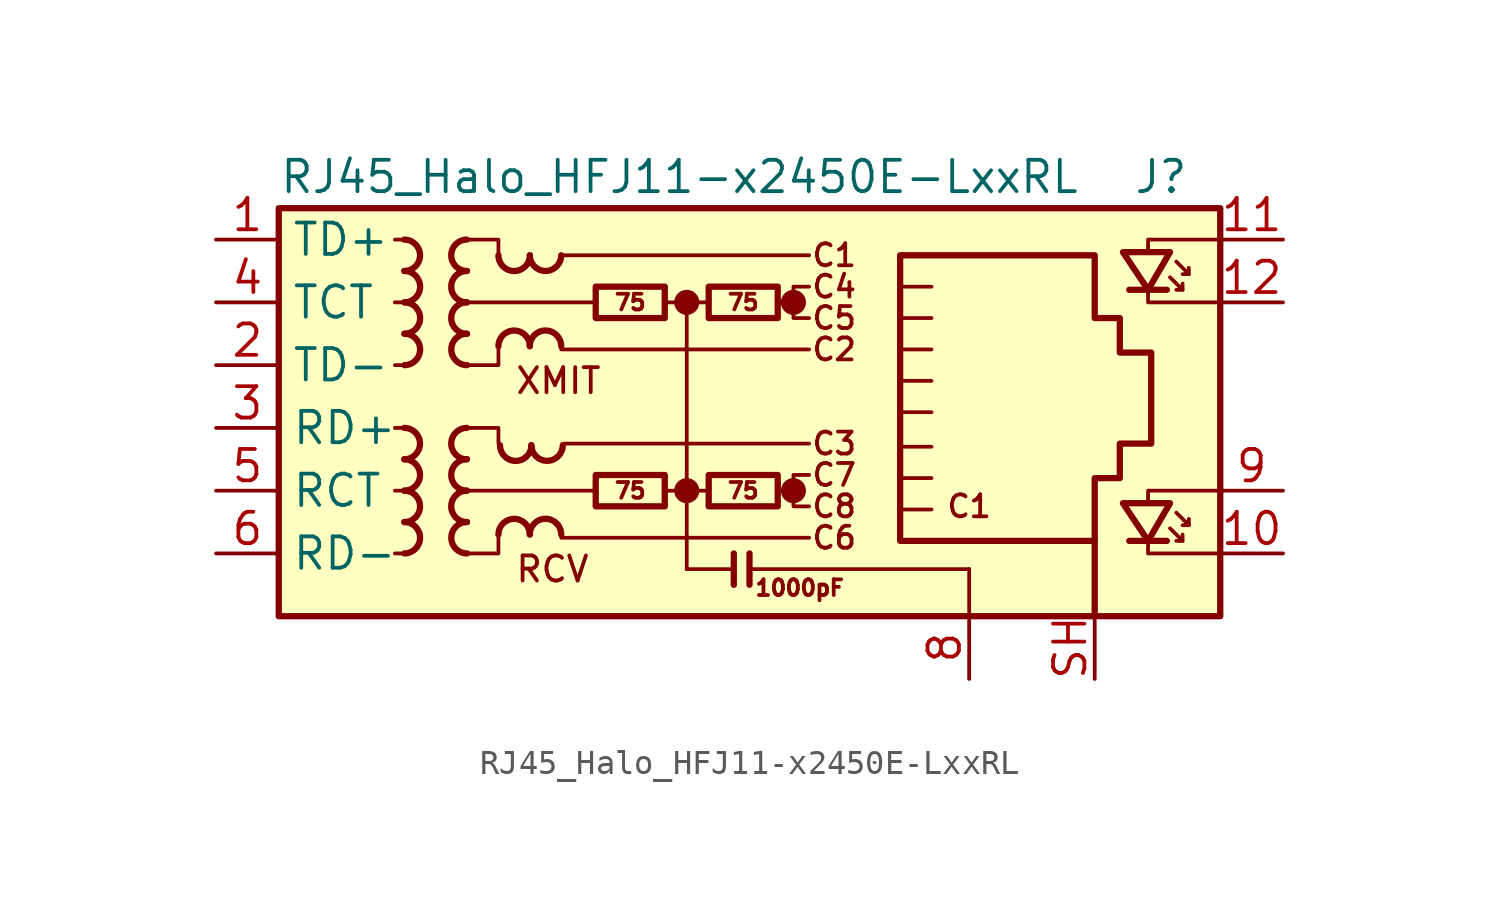
<source format=kicad_sym>
(kicad_symbol_lib
  (version 20241209)
  (generator "kicad_symbol_editor")
  (generator_version "9.0")
  (symbol "RJ45_Halo_HFJ11-x2450E-LxxRL"
    (property "Reference" "J"
      (at 19.05 10.16 0)
      (effects (font (size 1.27 1.27)) (justify right)))
    (property "Value" "RJ45_Halo_HFJ11-x2450E-LxxRL"
      (at -17.78 10.16 0)
      (effects (font (size 1.27 1.27)) (justify left)))
    (symbol "RJ45_Halo_HFJ11-x2450E-LxxRL_0_0"
      (circle (center -1.27 5.08) (radius 0.0001) (stroke (width 0.508) (type default)) (fill (type none)))
      (polyline (pts (xy -1.27 5.08) (xy -1.27 -5.715)) (stroke (width 0) (type default)) (fill (type none)))
      (circle (center -1.27 -2.54) (radius 0.0001) (stroke (width 0.508) (type default)) (fill (type none)))
      (polyline (pts (xy 0.635 -5.08) (xy 0.635 -6.35)) (stroke (width 0.254) (type default)) (fill (type none)))
      (polyline (pts (xy 1.27 -5.08) (xy 1.27 -6.35)) (stroke (width 0.254) (type default)) (fill (type none)))
      (polyline (pts (xy 3.048 5.08) (xy 2.54 5.08)) (stroke (width 0) (type default)) (fill (type none)))
      (circle (center 3.048 5.08) (radius 0.0001) (stroke (width 0.508) (type default)) (fill (type none)))
      (polyline (pts (xy 3.048 -2.54) (xy 2.54 -2.54)) (stroke (width 0) (type default)) (fill (type none)))
      (circle (center 3.048 -2.54) (radius 0.0001) (stroke (width 0.508) (type default)) (fill (type none)))
      (polyline (pts (xy 3.683 5.715) (xy 3.048 5.715) (xy 3.048 4.445) (xy 3.683 4.445)) (stroke (width 0) (type default)) (fill (type none)))
      (polyline (pts (xy 3.683 -1.905) (xy 3.048 -1.905) (xy 3.048 -3.175) (xy 3.683 -3.175)) (stroke (width 0) (type default)) (fill (type none)))
      (polyline (pts (xy 17.399 7.112) (xy 17.399 7.62) (xy 20.32 7.62)) (stroke (width 0) (type default)) (fill (type none)))
      (polyline (pts (xy 17.399 -3.048) (xy 17.399 -2.54) (xy 20.32 -2.54)) (stroke (width 0) (type default)) (fill (type none)))
      (polyline (pts (xy 20.32 5.08) (xy 17.399 5.08) (xy 17.399 5.588)) (stroke (width 0) (type default)) (fill (type none)))
      (polyline (pts (xy 20.32 -5.08) (xy 17.399 -5.08) (xy 17.399 -4.572)) (stroke (width 0) (type default)) (fill (type none)))
      (text "XMIT" (at -8.255 1.905 0) (effects (font (size 1.016 1.016)) (justify left)))
      (text "RCV" (at -8.255 -5.715 0) (effects (font (size 1.016 1.016)) (justify left)))
      (text "C1" (at 4.699 6.985 0) (effects (font (size 0.889 0.889))))
      (text "C4" (at 4.699 5.715 0) (effects (font (size 0.889 0.889))))
      (text "C5" (at 4.699 4.445 0) (effects (font (size 0.889 0.889))))
      (text "C2" (at 4.699 3.175 0) (effects (font (size 0.889 0.889))))
      (text "C3" (at 4.699 -0.635 0) (effects (font (size 0.889 0.889))))
      (text "C7" (at 4.699 -1.905 0) (effects (font (size 0.889 0.889))))
      (text "C8" (at 4.699 -3.175 0) (effects (font (size 0.889 0.889))))
      (text "C6" (at 4.699 -4.445 0) (effects (font (size 0.889 0.889))))
      (text "C1" (at 10.16 -3.175 0) (effects (font (size 0.889 0.889)))))
    (symbol "RJ45_Halo_HFJ11-x2450E-LxxRL_0_1"
      (rectangle (start -17.78 8.89) (end 20.32 -7.62) (stroke (width 0.254) (type default)) (fill (type background)))
      (polyline (pts (xy -12.7 7.62) (xy -13.081 7.62)) (stroke (width 0) (type default)) (fill (type none)))
      (polyline (pts (xy -12.7 5.08) (xy -13.081 5.08)) (stroke (width 0) (type default)) (fill (type none)))
      (polyline (pts (xy -12.7 2.54) (xy -13.081 2.54)) (stroke (width 0) (type default)) (fill (type none)))
      (polyline (pts (xy -12.7 0) (xy -13.081 0)) (stroke (width 0) (type default)) (fill (type none)))
      (polyline (pts (xy -12.7 -2.54) (xy -13.081 -2.54)) (stroke (width 0) (type default)) (fill (type none)))
      (polyline (pts (xy -12.7 -5.08) (xy -13.081 -5.08)) (stroke (width 0) (type default)) (fill (type none)))
      (polyline (pts (xy -10.16 7.62) (xy -8.89 7.62) (xy -8.89 6.985)) (stroke (width 0) (type default)) (fill (type none)))
      (polyline (pts (xy -10.16 0) (xy -8.89 0) (xy -8.89 -0.635)) (stroke (width 0) (type default)) (fill (type none)))
      (polyline (pts (xy -8.89 3.175) (xy -8.89 2.54) (xy -10.16 2.54)) (stroke (width 0) (type default)) (fill (type none)))
      (polyline (pts (xy -8.89 -4.445) (xy -8.89 -5.08) (xy -10.16 -5.08)) (stroke (width 0) (type default)) (fill (type none)))
      (polyline (pts (xy -6.35 6.985) (xy 3.683 6.985)) (stroke (width 0) (type default)) (fill (type none)))
      (polyline (pts (xy -6.35 3.175) (xy 3.683 3.175)) (stroke (width 0) (type default)) (fill (type none)))
      (polyline (pts (xy -6.35 -4.445) (xy 3.683 -4.445)) (stroke (width 0) (type default)) (fill (type none)))
      (polyline (pts (xy -6.223 -0.635) (xy 3.683 -0.635)) (stroke (width 0) (type default)) (fill (type none)))
      (polyline (pts (xy -5.08 -2.54) (xy -10.16 -2.54)) (stroke (width 0) (type default)) (fill (type none)))
      (polyline (pts (xy -4.953 5.08) (xy -10.16 5.08)) (stroke (width 0) (type default)) (fill (type none)))
      (polyline (pts (xy -2.159 5.08) (xy -0.381 5.08)) (stroke (width 0) (type default)) (fill (type none)))
      (polyline (pts (xy -2.159 -2.54) (xy -0.381 -2.54)) (stroke (width 0) (type default)) (fill (type none)))
      (polyline (pts (xy 0.635 -5.715) (xy -1.27 -5.715)) (stroke (width 0) (type default)) (fill (type none)))
      (polyline (pts (xy 7.366 3.175) (xy 8.636 3.175)) (stroke (width 0) (type default)) (fill (type none)))
      (polyline (pts (xy 7.366 1.905) (xy 8.636 1.905)) (stroke (width 0) (type default)) (fill (type none)))
      (polyline (pts (xy 7.366 0.635) (xy 8.636 0.635)) (stroke (width 0) (type default)) (fill (type none)))
      (polyline (pts (xy 7.366 -0.762) (xy 8.636 -0.762)) (stroke (width 0) (type default)) (fill (type none)))
      (polyline (pts (xy 7.366 -2.032) (xy 8.636 -2.032)) (stroke (width 0) (type default)) (fill (type none)))
      (polyline (pts (xy 8.636 5.715) (xy 7.366 5.715)) (stroke (width 0) (type default)) (fill (type none)))
      (polyline (pts (xy 8.636 4.445) (xy 7.366 4.445)) (stroke (width 0) (type default)) (fill (type none)))
      (polyline (pts (xy 8.636 -3.302) (xy 7.366 -3.302)) (stroke (width 0) (type default)) (fill (type none)))
      (polyline (pts (xy 10.16 -5.715) (xy 1.27 -5.715)) (stroke (width 0) (type default)) (fill (type none)))
      (polyline (pts (xy 10.16 -5.715) (xy 10.16 -7.62)) (stroke (width 0) (type default)) (fill (type none))))
    (symbol "RJ45_Halo_HFJ11-x2450E-LxxRL_1_0"
      (text "1000pF" (at 3.302 -6.477 0) (effects (font (size 0.635 0.635)))))
    (symbol "RJ45_Halo_HFJ11-x2450E-LxxRL_1_1"
      (arc (start -12.7 0) (mid -12.0677 -0.635) (end -12.7 -1.27) (stroke (width 0.254) (type default)) (fill (type none)))
      (arc (start -12.6973 7.62) (mid -12.065 6.985) (end -12.6973 6.35) (stroke (width 0.254) (type default)) (fill (type none)))
      (arc (start -12.6973 -1.27) (mid -12.065 -1.905) (end -12.6973 -2.54) (stroke (width 0.254) (type default)) (fill (type none)))
      (arc (start -12.6973 -2.54) (mid -12.065 -3.175) (end -12.6973 -3.81) (stroke (width 0.254) (type default)) (fill (type none)))
      (arc (start -12.6973 -3.81) (mid -12.065 -4.445) (end -12.6973 -5.08) (stroke (width 0.254) (type default)) (fill (type none)))
      (arc (start -12.6946 6.35) (mid -12.0623 5.715) (end -12.6946 5.08) (stroke (width 0.254) (type default)) (fill (type none)))
      (arc (start -12.6946 5.08) (mid -12.0623 4.445) (end -12.6946 3.81) (stroke (width 0.254) (type default)) (fill (type none)))
      (arc (start -12.6946 3.81) (mid -12.0623 3.175) (end -12.6946 2.54) (stroke (width 0.254) (type default)) (fill (type none)))
      (arc (start -10.1654 6.35) (mid -10.7977 6.985) (end -10.1654 7.62) (stroke (width 0.254) (type default)) (fill (type none)))
      (arc (start -10.1654 5.08) (mid -10.7977 5.715) (end -10.1654 6.35) (stroke (width 0.254) (type default)) (fill (type none)))
      (arc (start -10.1654 3.81) (mid -10.7977 4.445) (end -10.1654 5.08) (stroke (width 0.254) (type default)) (fill (type none)))
      (arc (start -10.1654 -1.27) (mid -10.7977 -0.635) (end -10.1654 0) (stroke (width 0.254) (type default)) (fill (type none)))
      (arc (start -10.1654 -2.54) (mid -10.7977 -1.905) (end -10.1654 -1.27) (stroke (width 0.254) (type default)) (fill (type none)))
      (arc (start -10.1654 -3.81) (mid -10.7977 -3.175) (end -10.1654 -2.54) (stroke (width 0.254) (type default)) (fill (type none)))
      (arc (start -10.1627 2.54) (mid -10.795 3.175) (end -10.1627 3.81) (stroke (width 0.254) (type default)) (fill (type none)))
      (arc (start -10.1627 -5.08) (mid -10.795 -4.445) (end -10.1627 -3.81) (stroke (width 0.254) (type default)) (fill (type none)))
      (arc (start -7.62 6.9823) (mid -8.255 6.35) (end -8.89 6.9823) (stroke (width 0.254) (type default)) (fill (type none)))
      (arc (start -8.89 3.3047) (mid -8.255 3.937) (end -7.62 3.3047) (stroke (width 0.254) (type default)) (fill (type none)))
      (arc (start -8.89 -4.3153) (mid -8.255 -3.683) (end -7.62 -4.3153) (stroke (width 0.254) (type default)) (fill (type none)))
      (arc (start -7.5565 -0.7012) (mid -8.1915 -1.3335) (end -8.8265 -0.7012) (stroke (width 0.254) (type default)) (fill (type none)))
      (arc (start -6.35 6.985) (mid -6.985 6.3527) (end -7.62 6.985) (stroke (width 0.254) (type default)) (fill (type none)))
      (arc (start -7.62 3.3074) (mid -6.985 3.9397) (end -6.35 3.3074) (stroke (width 0.254) (type default)) (fill (type none)))
      (arc (start -7.62 -4.3126) (mid -6.985 -3.6803) (end -6.35 -4.3126) (stroke (width 0.254) (type default)) (fill (type none)))
      (arc (start -6.2865 -0.6985) (mid -6.9215 -1.3308) (end -7.5565 -0.6985) (stroke (width 0.254) (type default)) (fill (type none)))
      (rectangle (start -4.953 5.715) (end -2.159 4.445) (stroke (width 0.254) (type default)) (fill (type none)))
      (rectangle (start -4.953 -1.905) (end -2.159 -3.175) (stroke (width 0.254) (type default)) (fill (type none)))
      (rectangle (start -0.381 5.715) (end 2.413 4.445) (stroke (width 0.254) (type default)) (fill (type none)))
      (rectangle (start -0.381 -1.905) (end 2.413 -3.175) (stroke (width 0.254) (type default)) (fill (type none)))
      (polyline (pts (xy 7.366 -4.572) (xy 7.366 6.985) (xy 15.24 6.985) (xy 15.24 4.445) (xy 16.256 4.445) (xy 16.256 3.048) (xy 17.526 3.048) (xy 17.526 -0.635) (xy 16.256 -0.635) (xy 16.256 -2.032) (xy 15.24 -2.032) (xy 15.24 -4.572) (xy 7.366 -4.572)) (stroke (width 0.254) (type default)) (fill (type none)))
      (polyline (pts (xy 15.24 -7.62) (xy 15.24 -4.572)) (stroke (width 0.254) (type default)) (fill (type none)))
      (polyline (pts (xy 18.161 5.588) (xy 16.637 5.588)) (stroke (width 0.254) (type default)) (fill (type none)))
      (polyline (pts (xy 18.161 -4.572) (xy 16.637 -4.572)) (stroke (width 0.254) (type default)) (fill (type none)))
      (polyline (pts (xy 18.288 7.112) (xy 16.383 7.112) (xy 17.399 5.588) (xy 18.288 7.112)) (stroke (width 0.254) (type default)) (fill (type none)))
      (polyline (pts (xy 18.288 6.096) (xy 18.796 5.588) (xy 18.542 5.588)) (stroke (width 0) (type default)) (fill (type none)))
      (polyline (pts (xy 18.288 -3.048) (xy 16.383 -3.048) (xy 17.399 -4.572) (xy 18.288 -3.048)) (stroke (width 0.254) (type default)) (fill (type none)))
      (polyline (pts (xy 18.288 -4.064) (xy 18.796 -4.572) (xy 18.542 -4.572)) (stroke (width 0) (type default)) (fill (type none)))
      (polyline (pts (xy 18.542 6.731) (xy 19.05 6.223) (xy 18.796 6.223)) (stroke (width 0) (type default)) (fill (type none)))
      (polyline (pts (xy 18.542 -3.429) (xy 19.05 -3.937) (xy 18.796 -3.937)) (stroke (width 0) (type default)) (fill (type none)))
      (polyline (pts (xy 18.796 5.588) (xy 18.796 5.842)) (stroke (width 0) (type default)) (fill (type none)))
      (polyline (pts (xy 18.796 -4.572) (xy 18.796 -4.318)) (stroke (width 0) (type default)) (fill (type none)))
      (polyline (pts (xy 19.05 6.223) (xy 19.05 6.477)) (stroke (width 0) (type default)) (fill (type none)))
      (polyline (pts (xy 19.05 -3.937) (xy 19.05 -3.683)) (stroke (width 0) (type default)) (fill (type none)))
      (text "75" (at -3.556 5.08 0) (effects (font (size 0.635 0.635))))
      (text "75" (at -3.556 -2.54 0) (effects (font (size 0.635 0.635))))
      (text "75" (at 1.016 5.08 0) (effects (font (size 0.635 0.635))))
      (text "75" (at 1.016 -2.54 0) (effects (font (size 0.635 0.635))))
      (pin passive line (at -20.32 7.62 0) (length 2.54) (name "TD+" (effects (font (size 1.27 1.27)))) (number "1" (effects (font (size 1.27 1.27)))))
      (pin passive line (at -20.32 5.08 0) (length 2.54) (name "TCT" (effects (font (size 1.27 1.27)))) (number "4" (effects (font (size 1.27 1.27)))))
      (pin passive line (at -20.32 2.54 0) (length 2.54) (name "TD-" (effects (font (size 1.27 1.27)))) (number "2" (effects (font (size 1.27 1.27)))))
      (pin passive line (at -20.32 0 0) (length 2.54) (name "RD+" (effects (font (size 1.27 1.27)))) (number "3" (effects (font (size 1.27 1.27)))))
      (pin passive line (at -20.32 -2.54 0) (length 2.54) (name "RCT" (effects (font (size 1.27 1.27)))) (number "5" (effects (font (size 1.27 1.27)))))
      (pin passive line (at -20.32 -5.08 0) (length 2.54) (name "RD-" (effects (font (size 1.27 1.27)))) (number "6" (effects (font (size 1.27 1.27)))))
      (pin power_in line (at 10.16 -10.16 90) (length 2.54) (name "" (effects (font (size 1.27 1.27)))) (number "8" (effects (font (size 1.27 1.27)))))
      (pin passive line (at 15.24 -10.16 90) (length 2.54) (name "" (effects (font (size 1.27 1.27)))) (number "SH" (effects (font (size 1.27 1.27)))))
      (pin no_connect line (at 20.32 0 0) (length 0) (hide yes) (name "NC" (effects (font (size 1.27 1.27)))) (number "7" (effects (font (size 1.27 1.27)))))
      (pin passive line (at 22.86 7.62 180) (length 2.54) (name "" (effects (font (size 1.27 1.27)))) (number "11" (effects (font (size 1.27 1.27)))))
      (pin passive line (at 22.86 5.08 180) (length 2.54) (name "" (effects (font (size 1.27 1.27)))) (number "12" (effects (font (size 1.27 1.27)))))
      (pin passive line (at 22.86 -2.54 180) (length 2.54) (name "" (effects (font (size 1.27 1.27)))) (number "9" (effects (font (size 1.27 1.27)))))
      (pin passive line (at 22.86 -5.08 180) (length 2.54) (name "" (effects (font (size 1.27 1.27)))) (number "10" (effects (font (size 1.27 1.27))))))))
</source>
